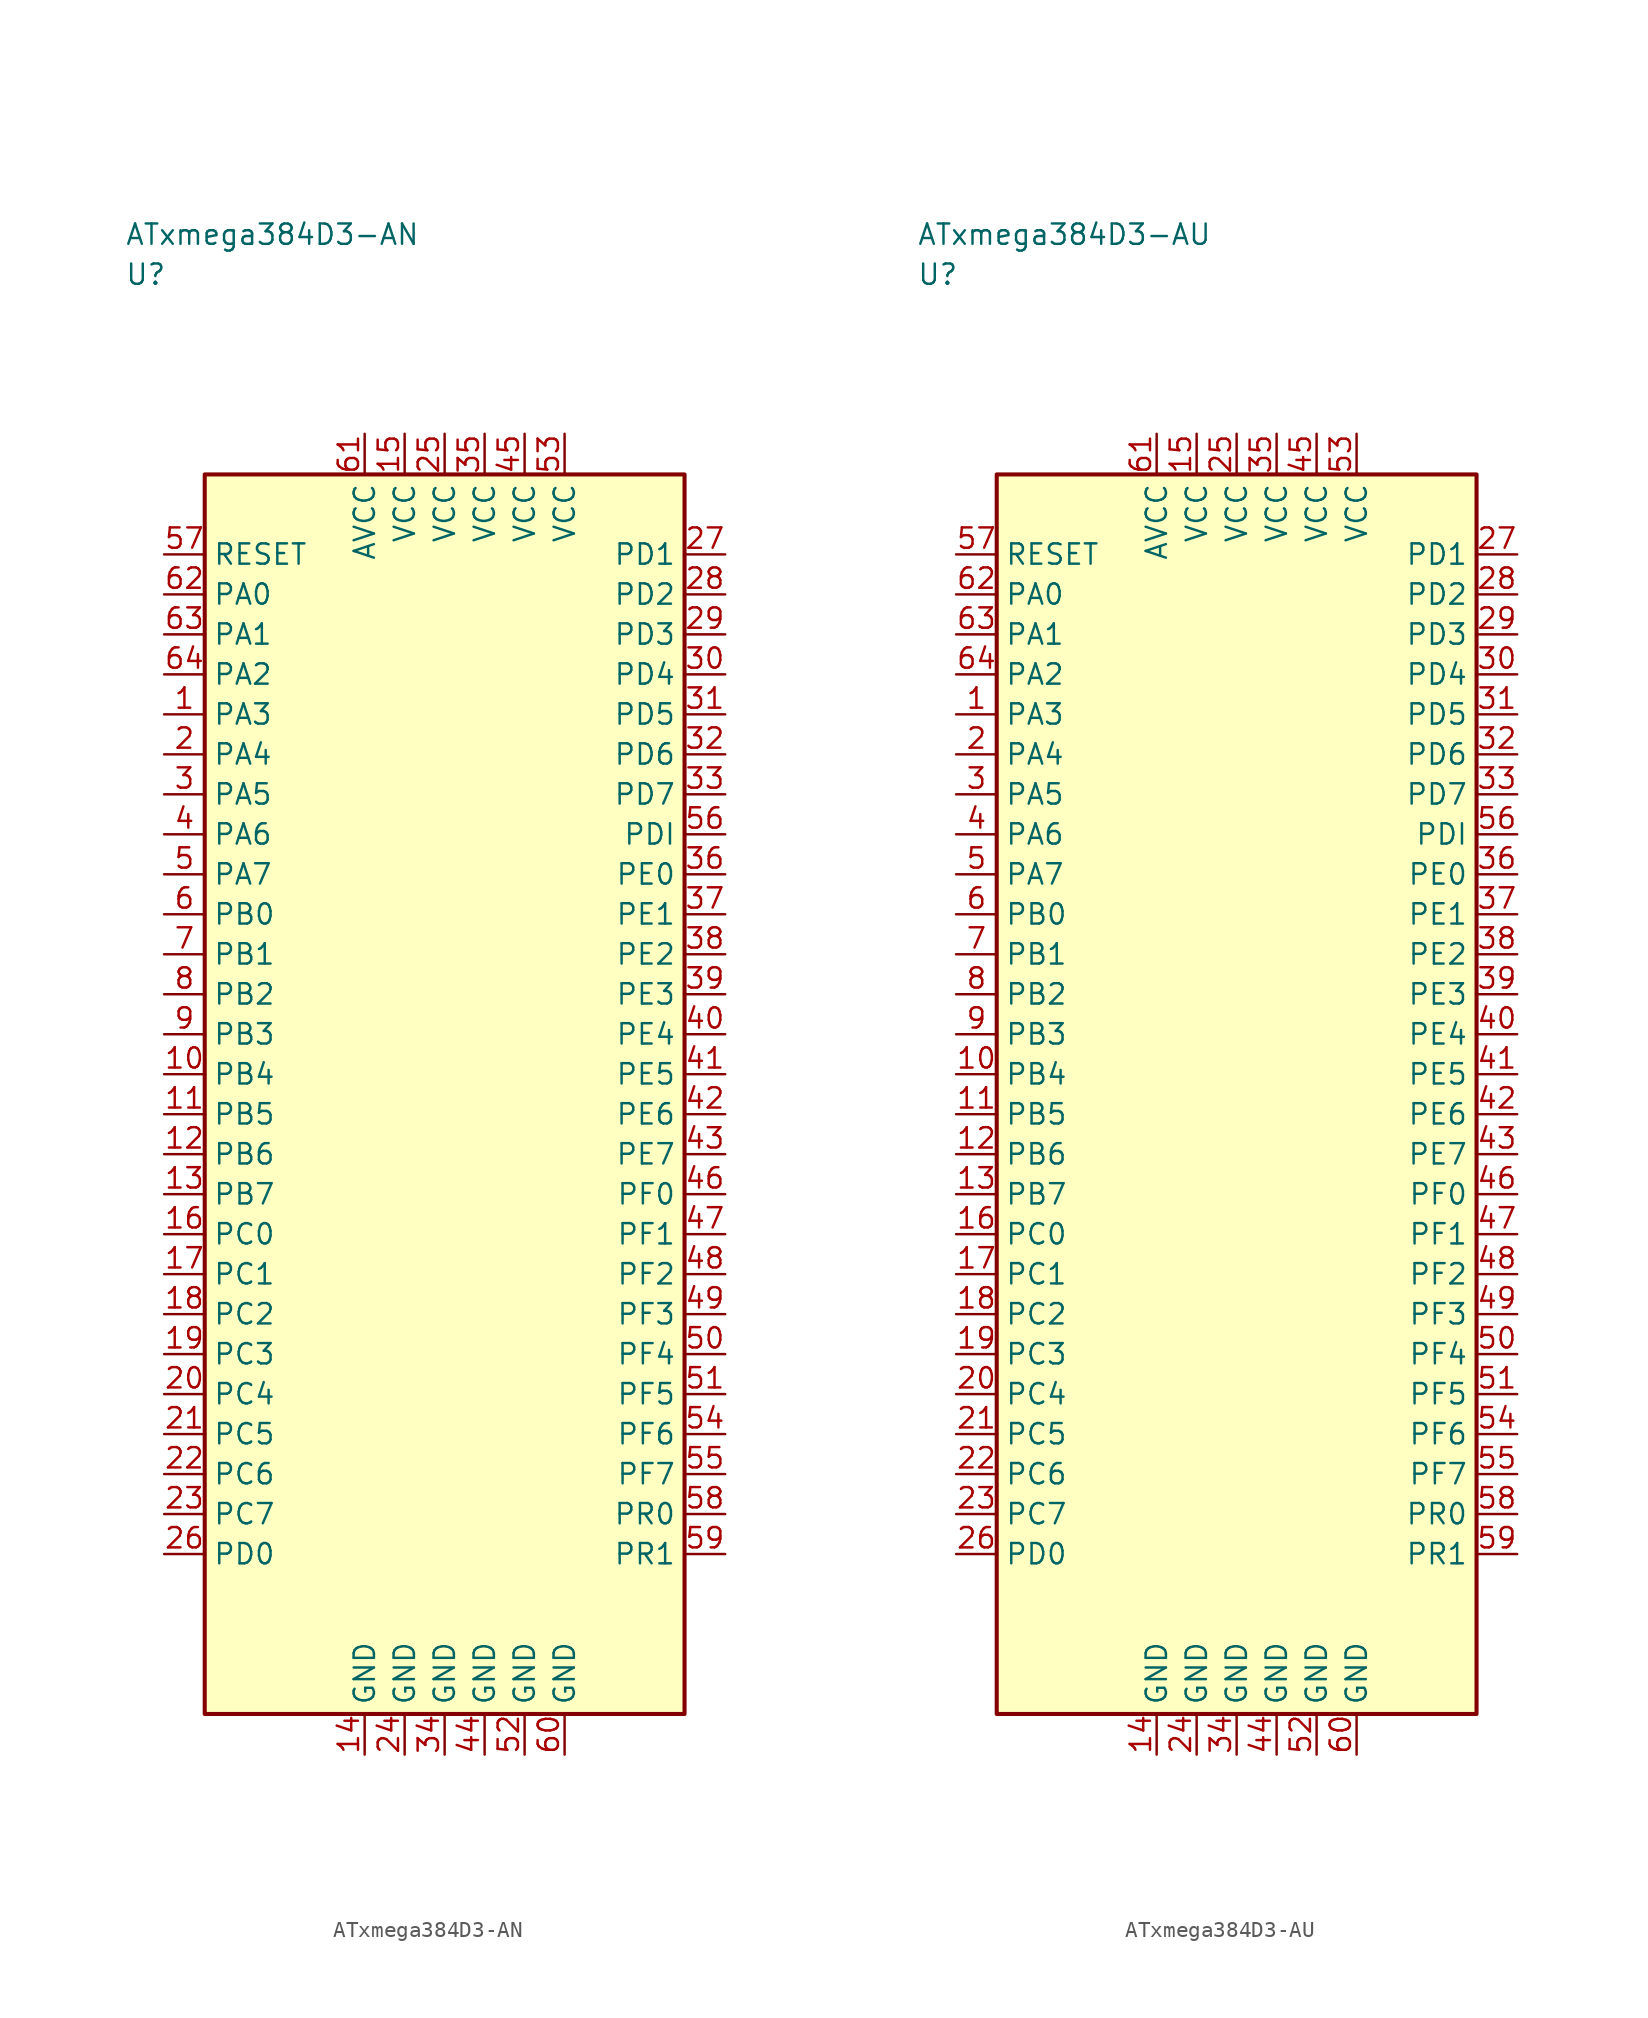
<source format=kicad_sym>
(kicad_symbol_lib
  (version 20241025)
  (generator "kicad_symbol_editor")
  (generator_version "8.0")
  (symbol "ATxmega384D3-AN"
    (property "Reference" "U"
      (at -20.0 51.25 0)
      (effects (font (size 1.27 1.27)) (justify left)))
    (property "Value" "ATxmega384D3-AN"
      (at -20.0 53.75 0)
      (effects (font (size 1.27 1.27)) (justify left)))
    (symbol "ATxmega384D3-AN_0_1"
      (rectangle (start -15.0 38.75) (end 15.0 -38.75) (stroke (width 0.254) (type default)) (fill (type background))))
    (symbol "ATxmega384D3-AN_1_1"
      (pin bidirectional line (at -17.54 23.75 0.0) (length 2.54) (name "PA3" (effects (font (size 1.27 1.27)))) (number "1" (effects (font (size 1.27 1.27)))))
      (pin bidirectional line (at -17.54 21.25 0.0) (length 2.54) (name "PA4" (effects (font (size 1.27 1.27)))) (number "2" (effects (font (size 1.27 1.27)))))
      (pin bidirectional line (at -17.54 18.75 0.0) (length 2.54) (name "PA5" (effects (font (size 1.27 1.27)))) (number "3" (effects (font (size 1.27 1.27)))))
      (pin bidirectional line (at -17.54 16.25 0.0) (length 2.54) (name "PA6" (effects (font (size 1.27 1.27)))) (number "4" (effects (font (size 1.27 1.27)))))
      (pin bidirectional line (at -17.54 13.75 0.0) (length 2.54) (name "PA7" (effects (font (size 1.27 1.27)))) (number "5" (effects (font (size 1.27 1.27)))))
      (pin bidirectional line (at -17.54 11.25 0.0) (length 2.54) (name "PB0" (effects (font (size 1.27 1.27)))) (number "6" (effects (font (size 1.27 1.27)))))
      (pin bidirectional line (at -17.54 8.75 0.0) (length 2.54) (name "PB1" (effects (font (size 1.27 1.27)))) (number "7" (effects (font (size 1.27 1.27)))))
      (pin bidirectional line (at -17.54 6.25 0.0) (length 2.54) (name "PB2" (effects (font (size 1.27 1.27)))) (number "8" (effects (font (size 1.27 1.27)))))
      (pin bidirectional line (at -17.54 3.75 0.0) (length 2.54) (name "PB3" (effects (font (size 1.27 1.27)))) (number "9" (effects (font (size 1.27 1.27)))))
      (pin bidirectional line (at -17.54 1.25 0.0) (length 2.54) (name "PB4" (effects (font (size 1.27 1.27)))) (number "10" (effects (font (size 1.27 1.27)))))
      (pin bidirectional line (at -17.54 -1.25 0.0) (length 2.54) (name "PB5" (effects (font (size 1.27 1.27)))) (number "11" (effects (font (size 1.27 1.27)))))
      (pin bidirectional line (at -17.54 -3.75 0.0) (length 2.54) (name "PB6" (effects (font (size 1.27 1.27)))) (number "12" (effects (font (size 1.27 1.27)))))
      (pin bidirectional line (at -17.54 -6.25 0.0) (length 2.54) (name "PB7" (effects (font (size 1.27 1.27)))) (number "13" (effects (font (size 1.27 1.27)))))
      (pin passive line (at -5.0 -41.29 90.0) (length 2.54) (name "GND" (effects (font (size 1.27 1.27)))) (number "14" (effects (font (size 1.27 1.27)))))
      (pin power_in line (at -2.5 41.29 270.0) (length 2.54) (name "VCC" (effects (font (size 1.27 1.27)))) (number "15" (effects (font (size 1.27 1.27)))))
      (pin bidirectional line (at -17.54 -8.75 0.0) (length 2.54) (name "PC0" (effects (font (size 1.27 1.27)))) (number "16" (effects (font (size 1.27 1.27)))))
      (pin bidirectional line (at -17.54 -11.25 0.0) (length 2.54) (name "PC1" (effects (font (size 1.27 1.27)))) (number "17" (effects (font (size 1.27 1.27)))))
      (pin bidirectional line (at -17.54 -13.75 0.0) (length 2.54) (name "PC2" (effects (font (size 1.27 1.27)))) (number "18" (effects (font (size 1.27 1.27)))))
      (pin bidirectional line (at -17.54 -16.25 0.0) (length 2.54) (name "PC3" (effects (font (size 1.27 1.27)))) (number "19" (effects (font (size 1.27 1.27)))))
      (pin bidirectional line (at -17.54 -18.75 0.0) (length 2.54) (name "PC4" (effects (font (size 1.27 1.27)))) (number "20" (effects (font (size 1.27 1.27)))))
      (pin bidirectional line (at -17.54 -21.25 0.0) (length 2.54) (name "PC5" (effects (font (size 1.27 1.27)))) (number "21" (effects (font (size 1.27 1.27)))))
      (pin bidirectional line (at -17.54 -23.75 0.0) (length 2.54) (name "PC6" (effects (font (size 1.27 1.27)))) (number "22" (effects (font (size 1.27 1.27)))))
      (pin bidirectional line (at -17.54 -26.25 0.0) (length 2.54) (name "PC7" (effects (font (size 1.27 1.27)))) (number "23" (effects (font (size 1.27 1.27)))))
      (pin passive line (at -2.5 -41.29 90.0) (length 2.54) (name "GND" (effects (font (size 1.27 1.27)))) (number "24" (effects (font (size 1.27 1.27)))))
      (pin power_in line (at 0.0 41.29 270.0) (length 2.54) (name "VCC" (effects (font (size 1.27 1.27)))) (number "25" (effects (font (size 1.27 1.27)))))
      (pin bidirectional line (at -17.54 -28.75 0.0) (length 2.54) (name "PD0" (effects (font (size 1.27 1.27)))) (number "26" (effects (font (size 1.27 1.27)))))
      (pin bidirectional line (at 17.54 33.75 180.0) (length 2.54) (name "PD1" (effects (font (size 1.27 1.27)))) (number "27" (effects (font (size 1.27 1.27)))))
      (pin bidirectional line (at 17.54 31.25 180.0) (length 2.54) (name "PD2" (effects (font (size 1.27 1.27)))) (number "28" (effects (font (size 1.27 1.27)))))
      (pin bidirectional line (at 17.54 28.75 180.0) (length 2.54) (name "PD3" (effects (font (size 1.27 1.27)))) (number "29" (effects (font (size 1.27 1.27)))))
      (pin bidirectional line (at 17.54 26.25 180.0) (length 2.54) (name "PD4" (effects (font (size 1.27 1.27)))) (number "30" (effects (font (size 1.27 1.27)))))
      (pin bidirectional line (at 17.54 23.75 180.0) (length 2.54) (name "PD5" (effects (font (size 1.27 1.27)))) (number "31" (effects (font (size 1.27 1.27)))))
      (pin bidirectional line (at 17.54 21.25 180.0) (length 2.54) (name "PD6" (effects (font (size 1.27 1.27)))) (number "32" (effects (font (size 1.27 1.27)))))
      (pin bidirectional line (at 17.54 18.75 180.0) (length 2.54) (name "PD7" (effects (font (size 1.27 1.27)))) (number "33" (effects (font (size 1.27 1.27)))))
      (pin passive line (at 0.0 -41.29 90.0) (length 2.54) (name "GND" (effects (font (size 1.27 1.27)))) (number "34" (effects (font (size 1.27 1.27)))))
      (pin power_in line (at 2.5 41.29 270.0) (length 2.54) (name "VCC" (effects (font (size 1.27 1.27)))) (number "35" (effects (font (size 1.27 1.27)))))
      (pin bidirectional line (at 17.54 13.75 180.0) (length 2.54) (name "PE0" (effects (font (size 1.27 1.27)))) (number "36" (effects (font (size 1.27 1.27)))))
      (pin bidirectional line (at 17.54 11.25 180.0) (length 2.54) (name "PE1" (effects (font (size 1.27 1.27)))) (number "37" (effects (font (size 1.27 1.27)))))
      (pin bidirectional line (at 17.54 8.75 180.0) (length 2.54) (name "PE2" (effects (font (size 1.27 1.27)))) (number "38" (effects (font (size 1.27 1.27)))))
      (pin bidirectional line (at 17.54 6.25 180.0) (length 2.54) (name "PE3" (effects (font (size 1.27 1.27)))) (number "39" (effects (font (size 1.27 1.27)))))
      (pin bidirectional line (at 17.54 3.75 180.0) (length 2.54) (name "PE4" (effects (font (size 1.27 1.27)))) (number "40" (effects (font (size 1.27 1.27)))))
      (pin bidirectional line (at 17.54 1.25 180.0) (length 2.54) (name "PE5" (effects (font (size 1.27 1.27)))) (number "41" (effects (font (size 1.27 1.27)))))
      (pin bidirectional line (at 17.54 -1.25 180.0) (length 2.54) (name "PE6" (effects (font (size 1.27 1.27)))) (number "42" (effects (font (size 1.27 1.27)))))
      (pin bidirectional line (at 17.54 -3.75 180.0) (length 2.54) (name "PE7" (effects (font (size 1.27 1.27)))) (number "43" (effects (font (size 1.27 1.27)))))
      (pin passive line (at 2.5 -41.29 90.0) (length 2.54) (name "GND" (effects (font (size 1.27 1.27)))) (number "44" (effects (font (size 1.27 1.27)))))
      (pin power_in line (at 5.0 41.29 270.0) (length 2.54) (name "VCC" (effects (font (size 1.27 1.27)))) (number "45" (effects (font (size 1.27 1.27)))))
      (pin bidirectional line (at 17.54 -6.25 180.0) (length 2.54) (name "PF0" (effects (font (size 1.27 1.27)))) (number "46" (effects (font (size 1.27 1.27)))))
      (pin bidirectional line (at 17.54 -8.75 180.0) (length 2.54) (name "PF1" (effects (font (size 1.27 1.27)))) (number "47" (effects (font (size 1.27 1.27)))))
      (pin bidirectional line (at 17.54 -11.25 180.0) (length 2.54) (name "PF2" (effects (font (size 1.27 1.27)))) (number "48" (effects (font (size 1.27 1.27)))))
      (pin bidirectional line (at 17.54 -13.75 180.0) (length 2.54) (name "PF3" (effects (font (size 1.27 1.27)))) (number "49" (effects (font (size 1.27 1.27)))))
      (pin bidirectional line (at 17.54 -16.25 180.0) (length 2.54) (name "PF4" (effects (font (size 1.27 1.27)))) (number "50" (effects (font (size 1.27 1.27)))))
      (pin bidirectional line (at 17.54 -18.75 180.0) (length 2.54) (name "PF5" (effects (font (size 1.27 1.27)))) (number "51" (effects (font (size 1.27 1.27)))))
      (pin passive line (at 5.0 -41.29 90.0) (length 2.54) (name "GND" (effects (font (size 1.27 1.27)))) (number "52" (effects (font (size 1.27 1.27)))))
      (pin power_in line (at 7.5 41.29 270.0) (length 2.54) (name "VCC" (effects (font (size 1.27 1.27)))) (number "53" (effects (font (size 1.27 1.27)))))
      (pin bidirectional line (at 17.54 -21.25 180.0) (length 2.54) (name "PF6" (effects (font (size 1.27 1.27)))) (number "54" (effects (font (size 1.27 1.27)))))
      (pin bidirectional line (at 17.54 -23.75 180.0) (length 2.54) (name "PF7" (effects (font (size 1.27 1.27)))) (number "55" (effects (font (size 1.27 1.27)))))
      (pin bidirectional line (at 17.54 16.25 180.0) (length 2.54) (name "PDI" (effects (font (size 1.27 1.27)))) (number "56" (effects (font (size 1.27 1.27)))))
      (pin input line (at -17.54 33.75 0.0) (length 2.54) (name "RESET" (effects (font (size 1.27 1.27)))) (number "57" (effects (font (size 1.27 1.27)))))
      (pin bidirectional line (at 17.54 -26.25 180.0) (length 2.54) (name "PR0" (effects (font (size 1.27 1.27)))) (number "58" (effects (font (size 1.27 1.27)))))
      (pin bidirectional line (at 17.54 -28.75 180.0) (length 2.54) (name "PR1" (effects (font (size 1.27 1.27)))) (number "59" (effects (font (size 1.27 1.27)))))
      (pin passive line (at 7.5 -41.29 90.0) (length 2.54) (name "GND" (effects (font (size 1.27 1.27)))) (number "60" (effects (font (size 1.27 1.27)))))
      (pin power_in line (at -5.0 41.29 270.0) (length 2.54) (name "AVCC" (effects (font (size 1.27 1.27)))) (number "61" (effects (font (size 1.27 1.27)))))
      (pin bidirectional line (at -17.54 31.25 0.0) (length 2.54) (name "PA0" (effects (font (size 1.27 1.27)))) (number "62" (effects (font (size 1.27 1.27)))))
      (pin bidirectional line (at -17.54 28.75 0.0) (length 2.54) (name "PA1" (effects (font (size 1.27 1.27)))) (number "63" (effects (font (size 1.27 1.27)))))
      (pin bidirectional line (at -17.54 26.25 0.0) (length 2.54) (name "PA2" (effects (font (size 1.27 1.27)))) (number "64" (effects (font (size 1.27 1.27)))))))
  (symbol "ATxmega384D3-AU"
    (property "Reference" "U"
      (at -20.0 51.25 0)
      (effects (font (size 1.27 1.27)) (justify left)))
    (property "Value" "ATxmega384D3-AU"
      (at -20.0 53.75 0)
      (effects (font (size 1.27 1.27)) (justify left)))
    (symbol "ATxmega384D3-AU_0_1"
      (rectangle (start -15.0 38.75) (end 15.0 -38.75) (stroke (width 0.254) (type default)) (fill (type background))))
    (symbol "ATxmega384D3-AU_1_1"
      (pin bidirectional line (at -17.54 23.75 0.0) (length 2.54) (name "PA3" (effects (font (size 1.27 1.27)))) (number "1" (effects (font (size 1.27 1.27)))))
      (pin bidirectional line (at -17.54 21.25 0.0) (length 2.54) (name "PA4" (effects (font (size 1.27 1.27)))) (number "2" (effects (font (size 1.27 1.27)))))
      (pin bidirectional line (at -17.54 18.75 0.0) (length 2.54) (name "PA5" (effects (font (size 1.27 1.27)))) (number "3" (effects (font (size 1.27 1.27)))))
      (pin bidirectional line (at -17.54 16.25 0.0) (length 2.54) (name "PA6" (effects (font (size 1.27 1.27)))) (number "4" (effects (font (size 1.27 1.27)))))
      (pin bidirectional line (at -17.54 13.75 0.0) (length 2.54) (name "PA7" (effects (font (size 1.27 1.27)))) (number "5" (effects (font (size 1.27 1.27)))))
      (pin bidirectional line (at -17.54 11.25 0.0) (length 2.54) (name "PB0" (effects (font (size 1.27 1.27)))) (number "6" (effects (font (size 1.27 1.27)))))
      (pin bidirectional line (at -17.54 8.75 0.0) (length 2.54) (name "PB1" (effects (font (size 1.27 1.27)))) (number "7" (effects (font (size 1.27 1.27)))))
      (pin bidirectional line (at -17.54 6.25 0.0) (length 2.54) (name "PB2" (effects (font (size 1.27 1.27)))) (number "8" (effects (font (size 1.27 1.27)))))
      (pin bidirectional line (at -17.54 3.75 0.0) (length 2.54) (name "PB3" (effects (font (size 1.27 1.27)))) (number "9" (effects (font (size 1.27 1.27)))))
      (pin bidirectional line (at -17.54 1.25 0.0) (length 2.54) (name "PB4" (effects (font (size 1.27 1.27)))) (number "10" (effects (font (size 1.27 1.27)))))
      (pin bidirectional line (at -17.54 -1.25 0.0) (length 2.54) (name "PB5" (effects (font (size 1.27 1.27)))) (number "11" (effects (font (size 1.27 1.27)))))
      (pin bidirectional line (at -17.54 -3.75 0.0) (length 2.54) (name "PB6" (effects (font (size 1.27 1.27)))) (number "12" (effects (font (size 1.27 1.27)))))
      (pin bidirectional line (at -17.54 -6.25 0.0) (length 2.54) (name "PB7" (effects (font (size 1.27 1.27)))) (number "13" (effects (font (size 1.27 1.27)))))
      (pin passive line (at -5.0 -41.29 90.0) (length 2.54) (name "GND" (effects (font (size 1.27 1.27)))) (number "14" (effects (font (size 1.27 1.27)))))
      (pin power_in line (at -2.5 41.29 270.0) (length 2.54) (name "VCC" (effects (font (size 1.27 1.27)))) (number "15" (effects (font (size 1.27 1.27)))))
      (pin bidirectional line (at -17.54 -8.75 0.0) (length 2.54) (name "PC0" (effects (font (size 1.27 1.27)))) (number "16" (effects (font (size 1.27 1.27)))))
      (pin bidirectional line (at -17.54 -11.25 0.0) (length 2.54) (name "PC1" (effects (font (size 1.27 1.27)))) (number "17" (effects (font (size 1.27 1.27)))))
      (pin bidirectional line (at -17.54 -13.75 0.0) (length 2.54) (name "PC2" (effects (font (size 1.27 1.27)))) (number "18" (effects (font (size 1.27 1.27)))))
      (pin bidirectional line (at -17.54 -16.25 0.0) (length 2.54) (name "PC3" (effects (font (size 1.27 1.27)))) (number "19" (effects (font (size 1.27 1.27)))))
      (pin bidirectional line (at -17.54 -18.75 0.0) (length 2.54) (name "PC4" (effects (font (size 1.27 1.27)))) (number "20" (effects (font (size 1.27 1.27)))))
      (pin bidirectional line (at -17.54 -21.25 0.0) (length 2.54) (name "PC5" (effects (font (size 1.27 1.27)))) (number "21" (effects (font (size 1.27 1.27)))))
      (pin bidirectional line (at -17.54 -23.75 0.0) (length 2.54) (name "PC6" (effects (font (size 1.27 1.27)))) (number "22" (effects (font (size 1.27 1.27)))))
      (pin bidirectional line (at -17.54 -26.25 0.0) (length 2.54) (name "PC7" (effects (font (size 1.27 1.27)))) (number "23" (effects (font (size 1.27 1.27)))))
      (pin passive line (at -2.5 -41.29 90.0) (length 2.54) (name "GND" (effects (font (size 1.27 1.27)))) (number "24" (effects (font (size 1.27 1.27)))))
      (pin power_in line (at 0.0 41.29 270.0) (length 2.54) (name "VCC" (effects (font (size 1.27 1.27)))) (number "25" (effects (font (size 1.27 1.27)))))
      (pin bidirectional line (at -17.54 -28.75 0.0) (length 2.54) (name "PD0" (effects (font (size 1.27 1.27)))) (number "26" (effects (font (size 1.27 1.27)))))
      (pin bidirectional line (at 17.54 33.75 180.0) (length 2.54) (name "PD1" (effects (font (size 1.27 1.27)))) (number "27" (effects (font (size 1.27 1.27)))))
      (pin bidirectional line (at 17.54 31.25 180.0) (length 2.54) (name "PD2" (effects (font (size 1.27 1.27)))) (number "28" (effects (font (size 1.27 1.27)))))
      (pin bidirectional line (at 17.54 28.75 180.0) (length 2.54) (name "PD3" (effects (font (size 1.27 1.27)))) (number "29" (effects (font (size 1.27 1.27)))))
      (pin bidirectional line (at 17.54 26.25 180.0) (length 2.54) (name "PD4" (effects (font (size 1.27 1.27)))) (number "30" (effects (font (size 1.27 1.27)))))
      (pin bidirectional line (at 17.54 23.75 180.0) (length 2.54) (name "PD5" (effects (font (size 1.27 1.27)))) (number "31" (effects (font (size 1.27 1.27)))))
      (pin bidirectional line (at 17.54 21.25 180.0) (length 2.54) (name "PD6" (effects (font (size 1.27 1.27)))) (number "32" (effects (font (size 1.27 1.27)))))
      (pin bidirectional line (at 17.54 18.75 180.0) (length 2.54) (name "PD7" (effects (font (size 1.27 1.27)))) (number "33" (effects (font (size 1.27 1.27)))))
      (pin passive line (at 0.0 -41.29 90.0) (length 2.54) (name "GND" (effects (font (size 1.27 1.27)))) (number "34" (effects (font (size 1.27 1.27)))))
      (pin power_in line (at 2.5 41.29 270.0) (length 2.54) (name "VCC" (effects (font (size 1.27 1.27)))) (number "35" (effects (font (size 1.27 1.27)))))
      (pin bidirectional line (at 17.54 13.75 180.0) (length 2.54) (name "PE0" (effects (font (size 1.27 1.27)))) (number "36" (effects (font (size 1.27 1.27)))))
      (pin bidirectional line (at 17.54 11.25 180.0) (length 2.54) (name "PE1" (effects (font (size 1.27 1.27)))) (number "37" (effects (font (size 1.27 1.27)))))
      (pin bidirectional line (at 17.54 8.75 180.0) (length 2.54) (name "PE2" (effects (font (size 1.27 1.27)))) (number "38" (effects (font (size 1.27 1.27)))))
      (pin bidirectional line (at 17.54 6.25 180.0) (length 2.54) (name "PE3" (effects (font (size 1.27 1.27)))) (number "39" (effects (font (size 1.27 1.27)))))
      (pin bidirectional line (at 17.54 3.75 180.0) (length 2.54) (name "PE4" (effects (font (size 1.27 1.27)))) (number "40" (effects (font (size 1.27 1.27)))))
      (pin bidirectional line (at 17.54 1.25 180.0) (length 2.54) (name "PE5" (effects (font (size 1.27 1.27)))) (number "41" (effects (font (size 1.27 1.27)))))
      (pin bidirectional line (at 17.54 -1.25 180.0) (length 2.54) (name "PE6" (effects (font (size 1.27 1.27)))) (number "42" (effects (font (size 1.27 1.27)))))
      (pin bidirectional line (at 17.54 -3.75 180.0) (length 2.54) (name "PE7" (effects (font (size 1.27 1.27)))) (number "43" (effects (font (size 1.27 1.27)))))
      (pin passive line (at 2.5 -41.29 90.0) (length 2.54) (name "GND" (effects (font (size 1.27 1.27)))) (number "44" (effects (font (size 1.27 1.27)))))
      (pin power_in line (at 5.0 41.29 270.0) (length 2.54) (name "VCC" (effects (font (size 1.27 1.27)))) (number "45" (effects (font (size 1.27 1.27)))))
      (pin bidirectional line (at 17.54 -6.25 180.0) (length 2.54) (name "PF0" (effects (font (size 1.27 1.27)))) (number "46" (effects (font (size 1.27 1.27)))))
      (pin bidirectional line (at 17.54 -8.75 180.0) (length 2.54) (name "PF1" (effects (font (size 1.27 1.27)))) (number "47" (effects (font (size 1.27 1.27)))))
      (pin bidirectional line (at 17.54 -11.25 180.0) (length 2.54) (name "PF2" (effects (font (size 1.27 1.27)))) (number "48" (effects (font (size 1.27 1.27)))))
      (pin bidirectional line (at 17.54 -13.75 180.0) (length 2.54) (name "PF3" (effects (font (size 1.27 1.27)))) (number "49" (effects (font (size 1.27 1.27)))))
      (pin bidirectional line (at 17.54 -16.25 180.0) (length 2.54) (name "PF4" (effects (font (size 1.27 1.27)))) (number "50" (effects (font (size 1.27 1.27)))))
      (pin bidirectional line (at 17.54 -18.75 180.0) (length 2.54) (name "PF5" (effects (font (size 1.27 1.27)))) (number "51" (effects (font (size 1.27 1.27)))))
      (pin passive line (at 5.0 -41.29 90.0) (length 2.54) (name "GND" (effects (font (size 1.27 1.27)))) (number "52" (effects (font (size 1.27 1.27)))))
      (pin power_in line (at 7.5 41.29 270.0) (length 2.54) (name "VCC" (effects (font (size 1.27 1.27)))) (number "53" (effects (font (size 1.27 1.27)))))
      (pin bidirectional line (at 17.54 -21.25 180.0) (length 2.54) (name "PF6" (effects (font (size 1.27 1.27)))) (number "54" (effects (font (size 1.27 1.27)))))
      (pin bidirectional line (at 17.54 -23.75 180.0) (length 2.54) (name "PF7" (effects (font (size 1.27 1.27)))) (number "55" (effects (font (size 1.27 1.27)))))
      (pin bidirectional line (at 17.54 16.25 180.0) (length 2.54) (name "PDI" (effects (font (size 1.27 1.27)))) (number "56" (effects (font (size 1.27 1.27)))))
      (pin input line (at -17.54 33.75 0.0) (length 2.54) (name "RESET" (effects (font (size 1.27 1.27)))) (number "57" (effects (font (size 1.27 1.27)))))
      (pin bidirectional line (at 17.54 -26.25 180.0) (length 2.54) (name "PR0" (effects (font (size 1.27 1.27)))) (number "58" (effects (font (size 1.27 1.27)))))
      (pin bidirectional line (at 17.54 -28.75 180.0) (length 2.54) (name "PR1" (effects (font (size 1.27 1.27)))) (number "59" (effects (font (size 1.27 1.27)))))
      (pin passive line (at 7.5 -41.29 90.0) (length 2.54) (name "GND" (effects (font (size 1.27 1.27)))) (number "60" (effects (font (size 1.27 1.27)))))
      (pin power_in line (at -5.0 41.29 270.0) (length 2.54) (name "AVCC" (effects (font (size 1.27 1.27)))) (number "61" (effects (font (size 1.27 1.27)))))
      (pin bidirectional line (at -17.54 31.25 0.0) (length 2.54) (name "PA0" (effects (font (size 1.27 1.27)))) (number "62" (effects (font (size 1.27 1.27)))))
      (pin bidirectional line (at -17.54 28.75 0.0) (length 2.54) (name "PA1" (effects (font (size 1.27 1.27)))) (number "63" (effects (font (size 1.27 1.27)))))
      (pin bidirectional line (at -17.54 26.25 0.0) (length 2.54) (name "PA2" (effects (font (size 1.27 1.27)))) (number "64" (effects (font (size 1.27 1.27))))))))
</source>
